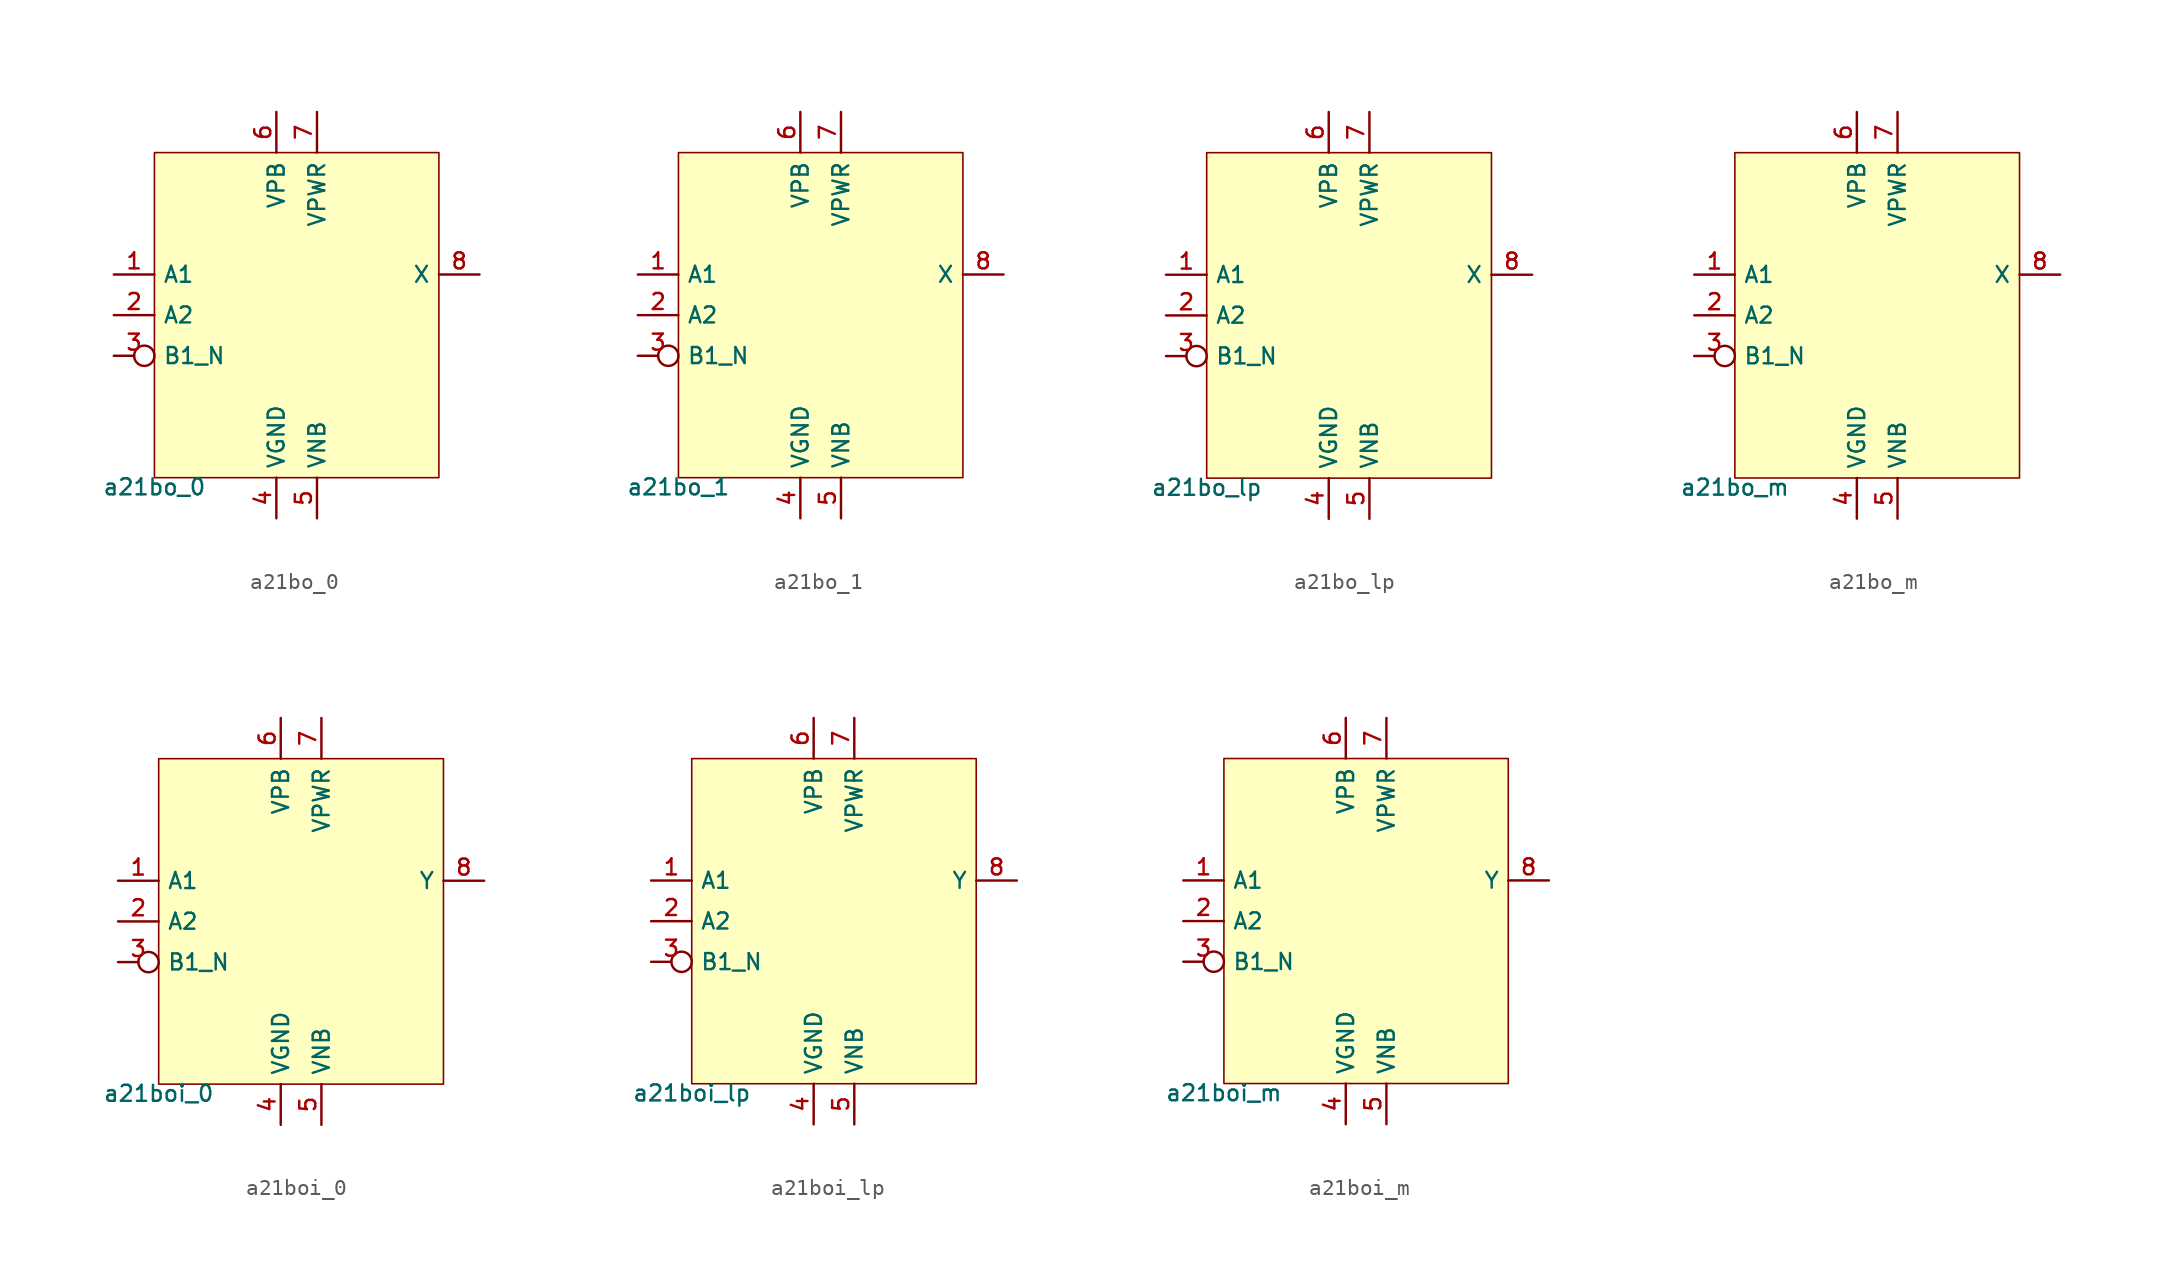
<source format=kicad_sym>
(kicad_symbol_lib
  (version 20211014)
  (generator pdk2kicad)
  (symbol "a21bo_0"
    (property "Reference" "X"
      (at 0 0 0)
      (effects (font (size 1 1)) hide))
    (property "Value" "a21bo_0"
      (at -8.89 -10.16 0)
      (effects (font (size 1 1)) (justify top)))
    (rectangle
      (start -8.89 -10.16)
      (end 8.89 10.16)
      (stroke (width 0.1) (type solid) (color 0 0 0 0))
      (fill (type background)))
    (pin input line
      (at -11.43 2.54 0)
      (length 2.54)
      (name "A1" (effects (font (size 1 1)) hide))
      (number "1" (effects (font (size 1 1)) hide)))
    (pin input line
      (at -11.43 0.0 0)
      (length 2.54)
      (name "A2" (effects (font (size 1 1)) hide))
      (number "2" (effects (font (size 1 1)) hide)))
    (pin input inverted
      (at -11.43 -2.54 0)
      (length 2.54)
      (name "B1_N" (effects (font (size 1 1)) hide))
      (number "3" (effects (font (size 1 1)) hide)))
    (pin power_in line
      (at -1.27 -12.7 90)
      (length 2.54)
      (name "VGND" (effects (font (size 1 1)) hide))
      (number "4" (effects (font (size 1 1)) hide)))
    (pin power_in line
      (at 1.27 -12.7 90)
      (length 2.54)
      (name "VNB" (effects (font (size 1 1)) hide))
      (number "5" (effects (font (size 1 1)) hide)))
    (pin power_in line
      (at -1.27 12.7 270)
      (length 2.54)
      (name "VPB" (effects (font (size 1 1)) hide))
      (number "6" (effects (font (size 1 1)) hide)))
    (pin power_in line
      (at 1.27 12.7 270)
      (length 2.54)
      (name "VPWR" (effects (font (size 1 1)) hide))
      (number "7" (effects (font (size 1 1)) hide)))
    (pin output line
      (at 11.43 2.54 180)
      (length 2.54)
      (name "X" (effects (font (size 1 1)) hide))
      (number "8" (effects (font (size 1 1)) hide))))
  (symbol "a21bo_1"
    (property "Reference" "X"
      (at 0 0 0)
      (effects (font (size 1 1)) hide))
    (property "Value" "a21bo_1"
      (at -8.89 -10.16 0)
      (effects (font (size 1 1)) (justify top)))
    (rectangle
      (start -8.89 -10.16)
      (end 8.89 10.16)
      (stroke (width 0.1) (type solid) (color 0 0 0 0))
      (fill (type background)))
    (pin input line
      (at -11.43 2.54 0)
      (length 2.54)
      (name "A1" (effects (font (size 1 1)) hide))
      (number "1" (effects (font (size 1 1)) hide)))
    (pin input line
      (at -11.43 0.0 0)
      (length 2.54)
      (name "A2" (effects (font (size 1 1)) hide))
      (number "2" (effects (font (size 1 1)) hide)))
    (pin input inverted
      (at -11.43 -2.54 0)
      (length 2.54)
      (name "B1_N" (effects (font (size 1 1)) hide))
      (number "3" (effects (font (size 1 1)) hide)))
    (pin power_in line
      (at -1.27 -12.7 90)
      (length 2.54)
      (name "VGND" (effects (font (size 1 1)) hide))
      (number "4" (effects (font (size 1 1)) hide)))
    (pin power_in line
      (at 1.27 -12.7 90)
      (length 2.54)
      (name "VNB" (effects (font (size 1 1)) hide))
      (number "5" (effects (font (size 1 1)) hide)))
    (pin power_in line
      (at -1.27 12.7 270)
      (length 2.54)
      (name "VPB" (effects (font (size 1 1)) hide))
      (number "6" (effects (font (size 1 1)) hide)))
    (pin power_in line
      (at 1.27 12.7 270)
      (length 2.54)
      (name "VPWR" (effects (font (size 1 1)) hide))
      (number "7" (effects (font (size 1 1)) hide)))
    (pin output line
      (at 11.43 2.54 180)
      (length 2.54)
      (name "X" (effects (font (size 1 1)) hide))
      (number "8" (effects (font (size 1 1)) hide))))
  (symbol "a21bo_lp"
    (property "Reference" "X"
      (at 0 0 0)
      (effects (font (size 1 1)) hide))
    (property "Value" "a21bo_lp"
      (at -8.89 -10.16 0)
      (effects (font (size 1 1)) (justify top)))
    (rectangle
      (start -8.89 -10.16)
      (end 8.89 10.16)
      (stroke (width 0.1) (type solid) (color 0 0 0 0))
      (fill (type background)))
    (pin input line
      (at -11.43 2.54 0)
      (length 2.54)
      (name "A1" (effects (font (size 1 1)) hide))
      (number "1" (effects (font (size 1 1)) hide)))
    (pin input line
      (at -11.43 0.0 0)
      (length 2.54)
      (name "A2" (effects (font (size 1 1)) hide))
      (number "2" (effects (font (size 1 1)) hide)))
    (pin input inverted
      (at -11.43 -2.54 0)
      (length 2.54)
      (name "B1_N" (effects (font (size 1 1)) hide))
      (number "3" (effects (font (size 1 1)) hide)))
    (pin power_in line
      (at -1.27 -12.7 90)
      (length 2.54)
      (name "VGND" (effects (font (size 1 1)) hide))
      (number "4" (effects (font (size 1 1)) hide)))
    (pin power_in line
      (at 1.27 -12.7 90)
      (length 2.54)
      (name "VNB" (effects (font (size 1 1)) hide))
      (number "5" (effects (font (size 1 1)) hide)))
    (pin power_in line
      (at -1.27 12.7 270)
      (length 2.54)
      (name "VPB" (effects (font (size 1 1)) hide))
      (number "6" (effects (font (size 1 1)) hide)))
    (pin power_in line
      (at 1.27 12.7 270)
      (length 2.54)
      (name "VPWR" (effects (font (size 1 1)) hide))
      (number "7" (effects (font (size 1 1)) hide)))
    (pin output line
      (at 11.43 2.54 180)
      (length 2.54)
      (name "X" (effects (font (size 1 1)) hide))
      (number "8" (effects (font (size 1 1)) hide))))
  (symbol "a21bo_m"
    (property "Reference" "X"
      (at 0 0 0)
      (effects (font (size 1 1)) hide))
    (property "Value" "a21bo_m"
      (at -8.89 -10.16 0)
      (effects (font (size 1 1)) (justify top)))
    (rectangle
      (start -8.89 -10.16)
      (end 8.89 10.16)
      (stroke (width 0.1) (type solid) (color 0 0 0 0))
      (fill (type background)))
    (pin input line
      (at -11.43 2.54 0)
      (length 2.54)
      (name "A1" (effects (font (size 1 1)) hide))
      (number "1" (effects (font (size 1 1)) hide)))
    (pin input line
      (at -11.43 0.0 0)
      (length 2.54)
      (name "A2" (effects (font (size 1 1)) hide))
      (number "2" (effects (font (size 1 1)) hide)))
    (pin input inverted
      (at -11.43 -2.54 0)
      (length 2.54)
      (name "B1_N" (effects (font (size 1 1)) hide))
      (number "3" (effects (font (size 1 1)) hide)))
    (pin power_in line
      (at -1.27 -12.7 90)
      (length 2.54)
      (name "VGND" (effects (font (size 1 1)) hide))
      (number "4" (effects (font (size 1 1)) hide)))
    (pin power_in line
      (at 1.27 -12.7 90)
      (length 2.54)
      (name "VNB" (effects (font (size 1 1)) hide))
      (number "5" (effects (font (size 1 1)) hide)))
    (pin power_in line
      (at -1.27 12.7 270)
      (length 2.54)
      (name "VPB" (effects (font (size 1 1)) hide))
      (number "6" (effects (font (size 1 1)) hide)))
    (pin power_in line
      (at 1.27 12.7 270)
      (length 2.54)
      (name "VPWR" (effects (font (size 1 1)) hide))
      (number "7" (effects (font (size 1 1)) hide)))
    (pin output line
      (at 11.43 2.54 180)
      (length 2.54)
      (name "X" (effects (font (size 1 1)) hide))
      (number "8" (effects (font (size 1 1)) hide))))
  (symbol "a21boi_0"
    (property "Reference" "X"
      (at 0 0 0)
      (effects (font (size 1 1)) hide))
    (property "Value" "a21boi_0"
      (at -8.89 -10.16 0)
      (effects (font (size 1 1)) (justify top)))
    (rectangle
      (start -8.89 -10.16)
      (end 8.89 10.16)
      (stroke (width 0.1) (type solid) (color 0 0 0 0))
      (fill (type background)))
    (pin input line
      (at -11.43 2.54 0)
      (length 2.54)
      (name "A1" (effects (font (size 1 1)) hide))
      (number "1" (effects (font (size 1 1)) hide)))
    (pin input line
      (at -11.43 0.0 0)
      (length 2.54)
      (name "A2" (effects (font (size 1 1)) hide))
      (number "2" (effects (font (size 1 1)) hide)))
    (pin input inverted
      (at -11.43 -2.54 0)
      (length 2.54)
      (name "B1_N" (effects (font (size 1 1)) hide))
      (number "3" (effects (font (size 1 1)) hide)))
    (pin power_in line
      (at -1.27 -12.7 90)
      (length 2.54)
      (name "VGND" (effects (font (size 1 1)) hide))
      (number "4" (effects (font (size 1 1)) hide)))
    (pin power_in line
      (at 1.27 -12.7 90)
      (length 2.54)
      (name "VNB" (effects (font (size 1 1)) hide))
      (number "5" (effects (font (size 1 1)) hide)))
    (pin power_in line
      (at -1.27 12.7 270)
      (length 2.54)
      (name "VPB" (effects (font (size 1 1)) hide))
      (number "6" (effects (font (size 1 1)) hide)))
    (pin power_in line
      (at 1.27 12.7 270)
      (length 2.54)
      (name "VPWR" (effects (font (size 1 1)) hide))
      (number "7" (effects (font (size 1 1)) hide)))
    (pin output line
      (at 11.43 2.54 180)
      (length 2.54)
      (name "Y" (effects (font (size 1 1)) hide))
      (number "8" (effects (font (size 1 1)) hide))))
  (symbol "a21boi_lp"
    (property "Reference" "X"
      (at 0 0 0)
      (effects (font (size 1 1)) hide))
    (property "Value" "a21boi_lp"
      (at -8.89 -10.16 0)
      (effects (font (size 1 1)) (justify top)))
    (rectangle
      (start -8.89 -10.16)
      (end 8.89 10.16)
      (stroke (width 0.1) (type solid) (color 0 0 0 0))
      (fill (type background)))
    (pin input line
      (at -11.43 2.54 0)
      (length 2.54)
      (name "A1" (effects (font (size 1 1)) hide))
      (number "1" (effects (font (size 1 1)) hide)))
    (pin input line
      (at -11.43 0.0 0)
      (length 2.54)
      (name "A2" (effects (font (size 1 1)) hide))
      (number "2" (effects (font (size 1 1)) hide)))
    (pin input inverted
      (at -11.43 -2.54 0)
      (length 2.54)
      (name "B1_N" (effects (font (size 1 1)) hide))
      (number "3" (effects (font (size 1 1)) hide)))
    (pin power_in line
      (at -1.27 -12.7 90)
      (length 2.54)
      (name "VGND" (effects (font (size 1 1)) hide))
      (number "4" (effects (font (size 1 1)) hide)))
    (pin power_in line
      (at 1.27 -12.7 90)
      (length 2.54)
      (name "VNB" (effects (font (size 1 1)) hide))
      (number "5" (effects (font (size 1 1)) hide)))
    (pin power_in line
      (at -1.27 12.7 270)
      (length 2.54)
      (name "VPB" (effects (font (size 1 1)) hide))
      (number "6" (effects (font (size 1 1)) hide)))
    (pin power_in line
      (at 1.27 12.7 270)
      (length 2.54)
      (name "VPWR" (effects (font (size 1 1)) hide))
      (number "7" (effects (font (size 1 1)) hide)))
    (pin output line
      (at 11.43 2.54 180)
      (length 2.54)
      (name "Y" (effects (font (size 1 1)) hide))
      (number "8" (effects (font (size 1 1)) hide))))
  (symbol "a21boi_m"
    (property "Reference" "X"
      (at 0 0 0)
      (effects (font (size 1 1)) hide))
    (property "Value" "a21boi_m"
      (at -8.89 -10.16 0)
      (effects (font (size 1 1)) (justify top)))
    (rectangle
      (start -8.89 -10.16)
      (end 8.89 10.16)
      (stroke (width 0.1) (type solid) (color 0 0 0 0))
      (fill (type background)))
    (pin input line
      (at -11.43 2.54 0)
      (length 2.54)
      (name "A1" (effects (font (size 1 1)) hide))
      (number "1" (effects (font (size 1 1)) hide)))
    (pin input line
      (at -11.43 0.0 0)
      (length 2.54)
      (name "A2" (effects (font (size 1 1)) hide))
      (number "2" (effects (font (size 1 1)) hide)))
    (pin input inverted
      (at -11.43 -2.54 0)
      (length 2.54)
      (name "B1_N" (effects (font (size 1 1)) hide))
      (number "3" (effects (font (size 1 1)) hide)))
    (pin power_in line
      (at -1.27 -12.7 90)
      (length 2.54)
      (name "VGND" (effects (font (size 1 1)) hide))
      (number "4" (effects (font (size 1 1)) hide)))
    (pin power_in line
      (at 1.27 -12.7 90)
      (length 2.54)
      (name "VNB" (effects (font (size 1 1)) hide))
      (number "5" (effects (font (size 1 1)) hide)))
    (pin power_in line
      (at -1.27 12.7 270)
      (length 2.54)
      (name "VPB" (effects (font (size 1 1)) hide))
      (number "6" (effects (font (size 1 1)) hide)))
    (pin power_in line
      (at 1.27 12.7 270)
      (length 2.54)
      (name "VPWR" (effects (font (size 1 1)) hide))
      (number "7" (effects (font (size 1 1)) hide)))
    (pin output line
      (at 11.43 2.54 180)
      (length 2.54)
      (name "Y" (effects (font (size 1 1)) hide))
      (number "8" (effects (font (size 1 1)) hide)))))
</source>
